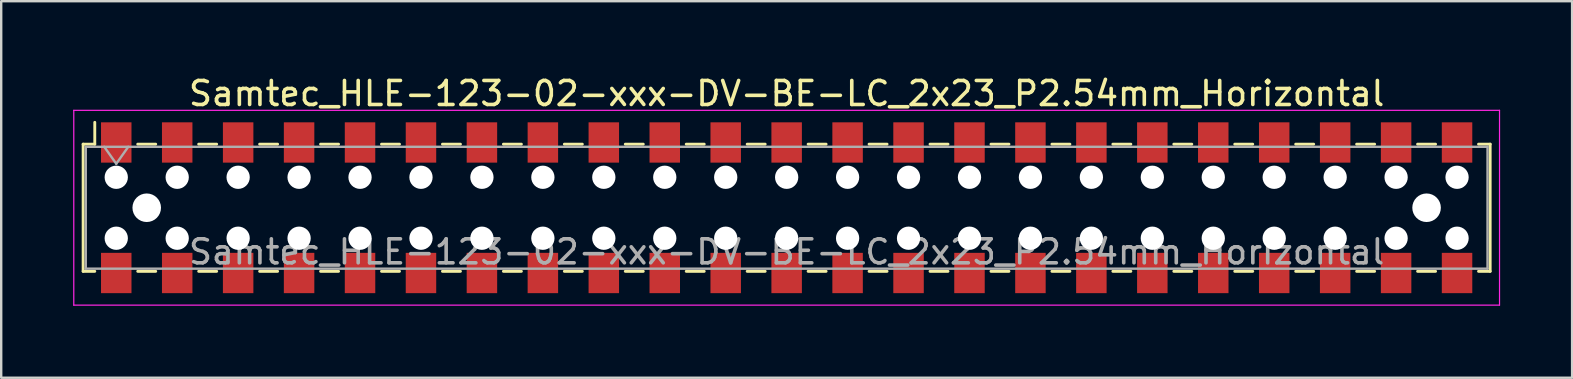
<source format=kicad_pcb>
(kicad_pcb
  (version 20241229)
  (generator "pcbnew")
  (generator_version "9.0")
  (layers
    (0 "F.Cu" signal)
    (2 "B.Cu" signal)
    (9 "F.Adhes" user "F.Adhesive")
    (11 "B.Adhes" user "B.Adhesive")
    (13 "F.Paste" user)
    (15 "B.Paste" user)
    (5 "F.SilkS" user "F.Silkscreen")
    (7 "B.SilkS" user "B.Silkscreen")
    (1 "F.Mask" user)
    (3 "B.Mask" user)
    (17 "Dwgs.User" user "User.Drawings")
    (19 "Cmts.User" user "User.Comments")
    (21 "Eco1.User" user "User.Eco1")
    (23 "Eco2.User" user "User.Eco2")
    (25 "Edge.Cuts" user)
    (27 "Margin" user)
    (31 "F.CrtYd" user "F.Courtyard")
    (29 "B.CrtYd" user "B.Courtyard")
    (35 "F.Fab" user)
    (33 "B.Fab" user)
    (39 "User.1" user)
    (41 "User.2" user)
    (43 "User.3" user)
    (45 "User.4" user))
  (footprint "Samtec_HLE-123-02-xxx-DV-BE-LC_2x23_P2.54mm_Horizontal"
    (layer "F.Cu")
    (at 29.735 5.608)
    (property "Reference" "Samtec_HLE-123-02-xxx-DV-BE-LC_2x23_P2.54mm_Horizontal" (at 0 -4.76 0) (layer "F.SilkS") (effects (font (size 1 1) (thickness 0.15))))
    (attr smd)
    (fp_line (start -29.32 -2.65) (end -29.32 2.65) (stroke (width 0.12) (type solid)) (layer "F.SilkS"))
    (fp_line (start -29.32 2.65) (end -28.835 2.65) (stroke (width 0.12) (type solid)) (layer "F.SilkS"))
    (fp_line (start -28.835 -3.56) (end -28.835 -2.65) (stroke (width 0.12) (type solid)) (layer "F.SilkS"))
    (fp_line (start -28.835 -2.65) (end -29.32 -2.65) (stroke (width 0.12) (type solid)) (layer "F.SilkS"))
    (fp_line (start -27.045 -2.65) (end -26.295 -2.65) (stroke (width 0.12) (type solid)) (layer "F.SilkS"))
    (fp_line (start -27.045 2.65) (end -26.295 2.65) (stroke (width 0.12) (type solid)) (layer "F.SilkS"))
    (fp_line (start -24.505 -2.65) (end -23.755 -2.65) (stroke (width 0.12) (type solid)) (layer "F.SilkS"))
    (fp_line (start -24.505 2.65) (end -23.755 2.65) (stroke (width 0.12) (type solid)) (layer "F.SilkS"))
    (fp_line (start -21.965 -2.65) (end -21.215 -2.65) (stroke (width 0.12) (type solid)) (layer "F.SilkS"))
    (fp_line (start -21.965 2.65) (end -21.215 2.65) (stroke (width 0.12) (type solid)) (layer "F.SilkS"))
    (fp_line (start -19.425 -2.65) (end -18.675 -2.65) (stroke (width 0.12) (type solid)) (layer "F.SilkS"))
    (fp_line (start -19.425 2.65) (end -18.675 2.65) (stroke (width 0.12) (type solid)) (layer "F.SilkS"))
    (fp_line (start -16.885 -2.65) (end -16.135 -2.65) (stroke (width 0.12) (type solid)) (layer "F.SilkS"))
    (fp_line (start -16.885 2.65) (end -16.135 2.65) (stroke (width 0.12) (type solid)) (layer "F.SilkS"))
    (fp_line (start -14.345 -2.65) (end -13.595 -2.65) (stroke (width 0.12) (type solid)) (layer "F.SilkS"))
    (fp_line (start -14.345 2.65) (end -13.595 2.65) (stroke (width 0.12) (type solid)) (layer "F.SilkS"))
    (fp_line (start -11.805 -2.65) (end -11.055 -2.65) (stroke (width 0.12) (type solid)) (layer "F.SilkS"))
    (fp_line (start -11.805 2.65) (end -11.055 2.65) (stroke (width 0.12) (type solid)) (layer "F.SilkS"))
    (fp_line (start -9.265 -2.65) (end -8.515 -2.65) (stroke (width 0.12) (type solid)) (layer "F.SilkS"))
    (fp_line (start -9.265 2.65) (end -8.515 2.65) (stroke (width 0.12) (type solid)) (layer "F.SilkS"))
    (fp_line (start -6.725 -2.65) (end -5.975 -2.65) (stroke (width 0.12) (type solid)) (layer "F.SilkS"))
    (fp_line (start -6.725 2.65) (end -5.975 2.65) (stroke (width 0.12) (type solid)) (layer "F.SilkS"))
    (fp_line (start -4.185 -2.65) (end -3.435 -2.65) (stroke (width 0.12) (type solid)) (layer "F.SilkS"))
    (fp_line (start -4.185 2.65) (end -3.435 2.65) (stroke (width 0.12) (type solid)) (layer "F.SilkS"))
    (fp_line (start -1.645 -2.65) (end -0.895 -2.65) (stroke (width 0.12) (type solid)) (layer "F.SilkS"))
    (fp_line (start -1.645 2.65) (end -0.895 2.65) (stroke (width 0.12) (type solid)) (layer "F.SilkS"))
    (fp_line (start 0.895 -2.65) (end 1.645 -2.65) (stroke (width 0.12) (type solid)) (layer "F.SilkS"))
    (fp_line (start 0.895 2.65) (end 1.645 2.65) (stroke (width 0.12) (type solid)) (layer "F.SilkS"))
    (fp_line (start 3.435 -2.65) (end 4.185 -2.65) (stroke (width 0.12) (type solid)) (layer "F.SilkS"))
    (fp_line (start 3.435 2.65) (end 4.185 2.65) (stroke (width 0.12) (type solid)) (layer "F.SilkS"))
    (fp_line (start 5.975 -2.65) (end 6.725 -2.65) (stroke (width 0.12) (type solid)) (layer "F.SilkS"))
    (fp_line (start 5.975 2.65) (end 6.725 2.65) (stroke (width 0.12) (type solid)) (layer "F.SilkS"))
    (fp_line (start 8.515 -2.65) (end 9.265 -2.65) (stroke (width 0.12) (type solid)) (layer "F.SilkS"))
    (fp_line (start 8.515 2.65) (end 9.265 2.65) (stroke (width 0.12) (type solid)) (layer "F.SilkS"))
    (fp_line (start 11.055 -2.65) (end 11.805 -2.65) (stroke (width 0.12) (type solid)) (layer "F.SilkS"))
    (fp_line (start 11.055 2.65) (end 11.805 2.65) (stroke (width 0.12) (type solid)) (layer "F.SilkS"))
    (fp_line (start 13.595 -2.65) (end 14.345 -2.65) (stroke (width 0.12) (type solid)) (layer "F.SilkS"))
    (fp_line (start 13.595 2.65) (end 14.345 2.65) (stroke (width 0.12) (type solid)) (layer "F.SilkS"))
    (fp_line (start 16.135 -2.65) (end 16.885 -2.65) (stroke (width 0.12) (type solid)) (layer "F.SilkS"))
    (fp_line (start 16.135 2.65) (end 16.885 2.65) (stroke (width 0.12) (type solid)) (layer "F.SilkS"))
    (fp_line (start 18.675 -2.65) (end 19.425 -2.65) (stroke (width 0.12) (type solid)) (layer "F.SilkS"))
    (fp_line (start 18.675 2.65) (end 19.425 2.65) (stroke (width 0.12) (type solid)) (layer "F.SilkS"))
    (fp_line (start 21.215 -2.65) (end 21.965 -2.65) (stroke (width 0.12) (type solid)) (layer "F.SilkS"))
    (fp_line (start 21.215 2.65) (end 21.965 2.65) (stroke (width 0.12) (type solid)) (layer "F.SilkS"))
    (fp_line (start 23.755 -2.65) (end 24.505 -2.65) (stroke (width 0.12) (type solid)) (layer "F.SilkS"))
    (fp_line (start 23.755 2.65) (end 24.505 2.65) (stroke (width 0.12) (type solid)) (layer "F.SilkS"))
    (fp_line (start 26.295 -2.65) (end 27.045 -2.65) (stroke (width 0.12) (type solid)) (layer "F.SilkS"))
    (fp_line (start 26.295 2.65) (end 27.045 2.65) (stroke (width 0.12) (type solid)) (layer "F.SilkS"))
    (fp_line (start 28.835 -2.65) (end 29.32 -2.65) (stroke (width 0.12) (type solid)) (layer "F.SilkS"))
    (fp_line (start 29.32 -2.65) (end 29.32 2.65) (stroke (width 0.12) (type solid)) (layer "F.SilkS"))
    (fp_line (start 29.32 2.65) (end 28.835 2.65) (stroke (width 0.12) (type solid)) (layer "F.SilkS"))
    (fp_line (start -29.71 -4.06) (end 29.71 -4.06) (stroke (width 0.05) (type solid)) (layer "F.CrtYd"))
    (fp_line (start -29.71 4.06) (end -29.71 -4.06) (stroke (width 0.05) (type solid)) (layer "F.CrtYd"))
    (fp_line (start 29.71 -4.06) (end 29.71 4.06) (stroke (width 0.05) (type solid)) (layer "F.CrtYd"))
    (fp_line (start 29.71 4.06) (end -29.71 4.06) (stroke (width 0.05) (type solid)) (layer "F.CrtYd"))
    (fp_line (start -29.21 -2.54) (end 29.21 -2.54) (stroke (width 0.1) (type solid)) (layer "F.Fab"))
    (fp_line (start -29.21 2.54) (end -29.21 -2.54) (stroke (width 0.1) (type solid)) (layer "F.Fab"))
    (fp_line (start -28.44 -2.54) (end -27.94 -1.833) (stroke (width 0.1) (type solid)) (layer "F.Fab"))
    (fp_line (start -27.94 -1.833) (end -27.44 -2.54) (stroke (width 0.1) (type solid)) (layer "F.Fab"))
    (fp_line (start 29.21 -2.54) (end 29.21 2.54) (stroke (width 0.1) (type solid)) (layer "F.Fab"))
    (fp_line (start 29.21 2.54) (end -29.21 2.54) (stroke (width 0.1) (type solid)) (layer "F.Fab"))
    (fp_text user "${REFERENCE}" (at 0 1.84 0) (layer "F.Fab") (effects (font (size 1 1) (thickness 0.15))))
    (pad "" np_thru_hole circle (at -27.94 -1.27) (size 0.97 0.97) (drill 0.97) (layers "*.Cu" "*.Mask"))
    (pad "" np_thru_hole circle (at -27.94 1.27) (size 0.97 0.97) (drill 0.97) (layers "*.Cu" "*.Mask"))
    (pad "" np_thru_hole circle (at -26.67 0) (size 1.19 1.19) (drill 1.19) (layers "*.Cu" "*.Mask"))
    (pad "" np_thru_hole circle (at -25.4 -1.27) (size 0.97 0.97) (drill 0.97) (layers "*.Cu" "*.Mask"))
    (pad "" np_thru_hole circle (at -25.4 1.27) (size 0.97 0.97) (drill 0.97) (layers "*.Cu" "*.Mask"))
    (pad "" np_thru_hole circle (at -22.86 -1.27) (size 0.97 0.97) (drill 0.97) (layers "*.Cu" "*.Mask"))
    (pad "" np_thru_hole circle (at -22.86 1.27) (size 0.97 0.97) (drill 0.97) (layers "*.Cu" "*.Mask"))
    (pad "" np_thru_hole circle (at -20.32 -1.27) (size 0.97 0.97) (drill 0.97) (layers "*.Cu" "*.Mask"))
    (pad "" np_thru_hole circle (at -20.32 1.27) (size 0.97 0.97) (drill 0.97) (layers "*.Cu" "*.Mask"))
    (pad "" np_thru_hole circle (at -17.78 -1.27) (size 0.97 0.97) (drill 0.97) (layers "*.Cu" "*.Mask"))
    (pad "" np_thru_hole circle (at -17.78 1.27) (size 0.97 0.97) (drill 0.97) (layers "*.Cu" "*.Mask"))
    (pad "" np_thru_hole circle (at -15.24 -1.27) (size 0.97 0.97) (drill 0.97) (layers "*.Cu" "*.Mask"))
    (pad "" np_thru_hole circle (at -15.24 1.27) (size 0.97 0.97) (drill 0.97) (layers "*.Cu" "*.Mask"))
    (pad "" np_thru_hole circle (at -12.7 -1.27) (size 0.97 0.97) (drill 0.97) (layers "*.Cu" "*.Mask"))
    (pad "" np_thru_hole circle (at -12.7 1.27) (size 0.97 0.97) (drill 0.97) (layers "*.Cu" "*.Mask"))
    (pad "" np_thru_hole circle (at -10.16 -1.27) (size 0.97 0.97) (drill 0.97) (layers "*.Cu" "*.Mask"))
    (pad "" np_thru_hole circle (at -10.16 1.27) (size 0.97 0.97) (drill 0.97) (layers "*.Cu" "*.Mask"))
    (pad "" np_thru_hole circle (at -7.62 -1.27) (size 0.97 0.97) (drill 0.97) (layers "*.Cu" "*.Mask"))
    (pad "" np_thru_hole circle (at -7.62 1.27) (size 0.97 0.97) (drill 0.97) (layers "*.Cu" "*.Mask"))
    (pad "" np_thru_hole circle (at -5.08 -1.27) (size 0.97 0.97) (drill 0.97) (layers "*.Cu" "*.Mask"))
    (pad "" np_thru_hole circle (at -5.08 1.27) (size 0.97 0.97) (drill 0.97) (layers "*.Cu" "*.Mask"))
    (pad "" np_thru_hole circle (at -2.54 -1.27) (size 0.97 0.97) (drill 0.97) (layers "*.Cu" "*.Mask"))
    (pad "" np_thru_hole circle (at -2.54 1.27) (size 0.97 0.97) (drill 0.97) (layers "*.Cu" "*.Mask"))
    (pad "" np_thru_hole circle (at 0 -1.27) (size 0.97 0.97) (drill 0.97) (layers "*.Cu" "*.Mask"))
    (pad "" np_thru_hole circle (at 0 1.27) (size 0.97 0.97) (drill 0.97) (layers "*.Cu" "*.Mask"))
    (pad "" np_thru_hole circle (at 2.54 -1.27) (size 0.97 0.97) (drill 0.97) (layers "*.Cu" "*.Mask"))
    (pad "" np_thru_hole circle (at 2.54 1.27) (size 0.97 0.97) (drill 0.97) (layers "*.Cu" "*.Mask"))
    (pad "" np_thru_hole circle (at 5.08 -1.27) (size 0.97 0.97) (drill 0.97) (layers "*.Cu" "*.Mask"))
    (pad "" np_thru_hole circle (at 5.08 1.27) (size 0.97 0.97) (drill 0.97) (layers "*.Cu" "*.Mask"))
    (pad "" np_thru_hole circle (at 7.62 -1.27) (size 0.97 0.97) (drill 0.97) (layers "*.Cu" "*.Mask"))
    (pad "" np_thru_hole circle (at 7.62 1.27) (size 0.97 0.97) (drill 0.97) (layers "*.Cu" "*.Mask"))
    (pad "" np_thru_hole circle (at 10.16 -1.27) (size 0.97 0.97) (drill 0.97) (layers "*.Cu" "*.Mask"))
    (pad "" np_thru_hole circle (at 10.16 1.27) (size 0.97 0.97) (drill 0.97) (layers "*.Cu" "*.Mask"))
    (pad "" np_thru_hole circle (at 12.7 -1.27) (size 0.97 0.97) (drill 0.97) (layers "*.Cu" "*.Mask"))
    (pad "" np_thru_hole circle (at 12.7 1.27) (size 0.97 0.97) (drill 0.97) (layers "*.Cu" "*.Mask"))
    (pad "" np_thru_hole circle (at 15.24 -1.27) (size 0.97 0.97) (drill 0.97) (layers "*.Cu" "*.Mask"))
    (pad "" np_thru_hole circle (at 15.24 1.27) (size 0.97 0.97) (drill 0.97) (layers "*.Cu" "*.Mask"))
    (pad "" np_thru_hole circle (at 17.78 -1.27) (size 0.97 0.97) (drill 0.97) (layers "*.Cu" "*.Mask"))
    (pad "" np_thru_hole circle (at 17.78 1.27) (size 0.97 0.97) (drill 0.97) (layers "*.Cu" "*.Mask"))
    (pad "" np_thru_hole circle (at 20.32 -1.27) (size 0.97 0.97) (drill 0.97) (layers "*.Cu" "*.Mask"))
    (pad "" np_thru_hole circle (at 20.32 1.27) (size 0.97 0.97) (drill 0.97) (layers "*.Cu" "*.Mask"))
    (pad "" np_thru_hole circle (at 22.86 -1.27) (size 0.97 0.97) (drill 0.97) (layers "*.Cu" "*.Mask"))
    (pad "" np_thru_hole circle (at 22.86 1.27) (size 0.97 0.97) (drill 0.97) (layers "*.Cu" "*.Mask"))
    (pad "" np_thru_hole circle (at 25.4 -1.27) (size 0.97 0.97) (drill 0.97) (layers "*.Cu" "*.Mask"))
    (pad "" np_thru_hole circle (at 25.4 1.27) (size 0.97 0.97) (drill 0.97) (layers "*.Cu" "*.Mask"))
    (pad "" np_thru_hole circle (at 26.67 0) (size 1.19 1.19) (drill 1.19) (layers "*.Cu" "*.Mask"))
    (pad "" np_thru_hole circle (at 27.94 -1.27) (size 0.97 0.97) (drill 0.97) (layers "*.Cu" "*.Mask"))
    (pad "" np_thru_hole circle (at 27.94 1.27) (size 0.97 0.97) (drill 0.97) (layers "*.Cu" "*.Mask"))
    (pad "1" smd rect (at -27.94 -2.72) (size 1.27 1.68) (layers "F.Cu" "F.Mask" "F.Paste"))
    (pad "2" smd rect (at -27.94 2.72) (size 1.27 1.68) (layers "F.Cu" "F.Mask" "F.Paste"))
    (pad "3" smd rect (at -25.4 -2.72) (size 1.27 1.68) (layers "F.Cu" "F.Mask" "F.Paste"))
    (pad "4" smd rect (at -25.4 2.72) (size 1.27 1.68) (layers "F.Cu" "F.Mask" "F.Paste"))
    (pad "5" smd rect (at -22.86 -2.72) (size 1.27 1.68) (layers "F.Cu" "F.Mask" "F.Paste"))
    (pad "6" smd rect (at -22.86 2.72) (size 1.27 1.68) (layers "F.Cu" "F.Mask" "F.Paste"))
    (pad "7" smd rect (at -20.32 -2.72) (size 1.27 1.68) (layers "F.Cu" "F.Mask" "F.Paste"))
    (pad "8" smd rect (at -20.32 2.72) (size 1.27 1.68) (layers "F.Cu" "F.Mask" "F.Paste"))
    (pad "9" smd rect (at -17.78 -2.72) (size 1.27 1.68) (layers "F.Cu" "F.Mask" "F.Paste"))
    (pad "10" smd rect (at -17.78 2.72) (size 1.27 1.68) (layers "F.Cu" "F.Mask" "F.Paste"))
    (pad "11" smd rect (at -15.24 -2.72) (size 1.27 1.68) (layers "F.Cu" "F.Mask" "F.Paste"))
    (pad "12" smd rect (at -15.24 2.72) (size 1.27 1.68) (layers "F.Cu" "F.Mask" "F.Paste"))
    (pad "13" smd rect (at -12.7 -2.72) (size 1.27 1.68) (layers "F.Cu" "F.Mask" "F.Paste"))
    (pad "14" smd rect (at -12.7 2.72) (size 1.27 1.68) (layers "F.Cu" "F.Mask" "F.Paste"))
    (pad "15" smd rect (at -10.16 -2.72) (size 1.27 1.68) (layers "F.Cu" "F.Mask" "F.Paste"))
    (pad "16" smd rect (at -10.16 2.72) (size 1.27 1.68) (layers "F.Cu" "F.Mask" "F.Paste"))
    (pad "17" smd rect (at -7.62 -2.72) (size 1.27 1.68) (layers "F.Cu" "F.Mask" "F.Paste"))
    (pad "18" smd rect (at -7.62 2.72) (size 1.27 1.68) (layers "F.Cu" "F.Mask" "F.Paste"))
    (pad "19" smd rect (at -5.08 -2.72) (size 1.27 1.68) (layers "F.Cu" "F.Mask" "F.Paste"))
    (pad "20" smd rect (at -5.08 2.72) (size 1.27 1.68) (layers "F.Cu" "F.Mask" "F.Paste"))
    (pad "21" smd rect (at -2.54 -2.72) (size 1.27 1.68) (layers "F.Cu" "F.Mask" "F.Paste"))
    (pad "22" smd rect (at -2.54 2.72) (size 1.27 1.68) (layers "F.Cu" "F.Mask" "F.Paste"))
    (pad "23" smd rect (at 0 -2.72) (size 1.27 1.68) (layers "F.Cu" "F.Mask" "F.Paste"))
    (pad "24" smd rect (at 0 2.72) (size 1.27 1.68) (layers "F.Cu" "F.Mask" "F.Paste"))
    (pad "25" smd rect (at 2.54 -2.72) (size 1.27 1.68) (layers "F.Cu" "F.Mask" "F.Paste"))
    (pad "26" smd rect (at 2.54 2.72) (size 1.27 1.68) (layers "F.Cu" "F.Mask" "F.Paste"))
    (pad "27" smd rect (at 5.08 -2.72) (size 1.27 1.68) (layers "F.Cu" "F.Mask" "F.Paste"))
    (pad "28" smd rect (at 5.08 2.72) (size 1.27 1.68) (layers "F.Cu" "F.Mask" "F.Paste"))
    (pad "29" smd rect (at 7.62 -2.72) (size 1.27 1.68) (layers "F.Cu" "F.Mask" "F.Paste"))
    (pad "30" smd rect (at 7.62 2.72) (size 1.27 1.68) (layers "F.Cu" "F.Mask" "F.Paste"))
    (pad "31" smd rect (at 10.16 -2.72) (size 1.27 1.68) (layers "F.Cu" "F.Mask" "F.Paste"))
    (pad "32" smd rect (at 10.16 2.72) (size 1.27 1.68) (layers "F.Cu" "F.Mask" "F.Paste"))
    (pad "33" smd rect (at 12.7 -2.72) (size 1.27 1.68) (layers "F.Cu" "F.Mask" "F.Paste"))
    (pad "34" smd rect (at 12.7 2.72) (size 1.27 1.68) (layers "F.Cu" "F.Mask" "F.Paste"))
    (pad "35" smd rect (at 15.24 -2.72) (size 1.27 1.68) (layers "F.Cu" "F.Mask" "F.Paste"))
    (pad "36" smd rect (at 15.24 2.72) (size 1.27 1.68) (layers "F.Cu" "F.Mask" "F.Paste"))
    (pad "37" smd rect (at 17.78 -2.72) (size 1.27 1.68) (layers "F.Cu" "F.Mask" "F.Paste"))
    (pad "38" smd rect (at 17.78 2.72) (size 1.27 1.68) (layers "F.Cu" "F.Mask" "F.Paste"))
    (pad "39" smd rect (at 20.32 -2.72) (size 1.27 1.68) (layers "F.Cu" "F.Mask" "F.Paste"))
    (pad "40" smd rect (at 20.32 2.72) (size 1.27 1.68) (layers "F.Cu" "F.Mask" "F.Paste"))
    (pad "41" smd rect (at 22.86 -2.72) (size 1.27 1.68) (layers "F.Cu" "F.Mask" "F.Paste"))
    (pad "42" smd rect (at 22.86 2.72) (size 1.27 1.68) (layers "F.Cu" "F.Mask" "F.Paste"))
    (pad "43" smd rect (at 25.4 -2.72) (size 1.27 1.68) (layers "F.Cu" "F.Mask" "F.Paste"))
    (pad "44" smd rect (at 25.4 2.72) (size 1.27 1.68) (layers "F.Cu" "F.Mask" "F.Paste"))
    (pad "45" smd rect (at 27.94 -2.72) (size 1.27 1.68) (layers "F.Cu" "F.Mask" "F.Paste"))
    (pad "46" smd rect (at 27.94 2.72) (size 1.27 1.68) (layers "F.Cu" "F.Mask" "F.Paste")))
  (gr_rect
    (start -3 -3)
    (end 62.47 12.693)
    (stroke (width 0.1) (type default))
    (fill no)
    (layer "Edge.Cuts")))
</source>
